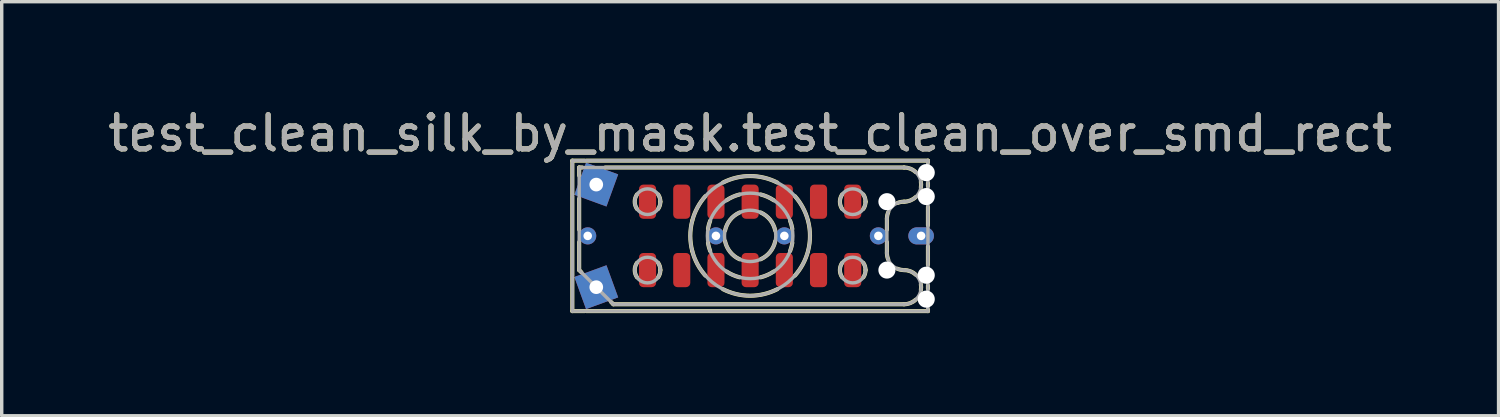
<source format=kicad_pcb>
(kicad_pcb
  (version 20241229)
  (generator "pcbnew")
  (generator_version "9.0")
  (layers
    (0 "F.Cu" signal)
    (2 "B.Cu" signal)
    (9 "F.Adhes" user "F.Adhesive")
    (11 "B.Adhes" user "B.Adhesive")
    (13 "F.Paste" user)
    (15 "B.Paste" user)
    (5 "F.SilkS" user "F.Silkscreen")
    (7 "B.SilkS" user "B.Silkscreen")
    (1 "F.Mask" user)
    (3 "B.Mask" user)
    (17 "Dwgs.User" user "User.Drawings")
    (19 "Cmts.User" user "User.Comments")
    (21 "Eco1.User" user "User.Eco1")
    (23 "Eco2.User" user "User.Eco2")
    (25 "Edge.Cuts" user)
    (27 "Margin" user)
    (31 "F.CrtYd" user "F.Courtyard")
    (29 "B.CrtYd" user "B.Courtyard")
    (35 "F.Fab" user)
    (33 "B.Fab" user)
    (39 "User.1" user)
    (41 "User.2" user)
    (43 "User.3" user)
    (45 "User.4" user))
  (footprint "test_clean_silk_by_mask.test_clean_over_smd_rect"
    (layer "F.Cu")
    (at 18.887 3.848)
    (property "Reference" "test_clean_silk_by_mask.test_clean_over_smd_rect" (at 0 -3 0) (layer "F.SilkS") (effects (font (size 1 1) (thickness 0.15))))
    (attr smd)
    (fp_line (start -5.2 -2.2) (end -5.2 -1.214) (stroke (width 0.12) (type solid)) (layer "F.SilkS"))
    (fp_line (start -5.2 -1.159) (end -5.2 1.159) (stroke (width 0.12) (type solid)) (layer "F.SilkS"))
    (fp_line (start -5.2 1.214) (end -5.2 2.2) (stroke (width 0.12) (type solid)) (layer "F.SilkS"))
    (fp_line (start -5.2 2.2) (end -4.841 2.2) (stroke (width 0.12) (type solid)) (layer "F.SilkS"))
    (fp_line (start -5 -2) (end -4.914 -2) (stroke (width 0.12) (type solid)) (layer "F.SilkS"))
    (fp_line (start -5 -1.764) (end -5 -2) (stroke (width 0.12) (type solid)) (layer "F.SilkS"))
    (fp_line (start -5 -0.183) (end -5 -1.086) (stroke (width 0.12) (type solid)) (layer "F.SilkS"))
    (fp_line (start -5 1) (end -5 0.183) (stroke (width 0.12) (type solid)) (layer "F.SilkS"))
    (fp_line (start -4.937 1.063) (end -5 1) (stroke (width 0.12) (type solid)) (layer "F.SilkS"))
    (fp_line (start -4.841 -2.2) (end -5.2 -2.2) (stroke (width 0.12) (type solid)) (layer "F.SilkS"))
    (fp_line (start -4.786 2.2) (end 5.2 2.2) (stroke (width 0.12) (type solid)) (layer "F.SilkS"))
    (fp_line (start -4.236 -2) (end 4.5 -2) (stroke (width 0.12) (type solid)) (layer "F.SilkS"))
    (fp_line (start -4 2) (end -4.063 1.937) (stroke (width 0.12) (type solid)) (layer "F.SilkS"))
    (fp_line (start 4 -0.5) (end 4 -0.183) (stroke (width 0.12) (type solid)) (layer "F.SilkS"))
    (fp_line (start 4 0.183) (end 4 0.5) (stroke (width 0.12) (type solid)) (layer "F.SilkS"))
    (fp_line (start 4.5 2) (end -4 2) (stroke (width 0.12) (type solid)) (layer "F.SilkS"))
    (fp_line (start 5.2 -2.2) (end -4.786 -2.2) (stroke (width 0.12) (type solid)) (layer "F.SilkS"))
    (fp_line (start 5.2 -2.156) (end 5.2 -2.2) (stroke (width 0.12) (type solid)) (layer "F.SilkS"))
    (fp_line (start 5.2 -1.456) (end 5.2 -1.544) (stroke (width 0.12) (type solid)) (layer "F.SilkS"))
    (fp_line (start 5.2 -0.31) (end 5.2 -0.844) (stroke (width 0.12) (type solid)) (layer "F.SilkS"))
    (fp_line (start 5.2 0.844) (end 5.2 0.31) (stroke (width 0.12) (type solid)) (layer "F.SilkS"))
    (fp_line (start 5.2 1.544) (end 5.2 1.456) (stroke (width 0.12) (type solid)) (layer "F.SilkS"))
    (fp_line (start 5.2 2.2) (end 5.2 2.156) (stroke (width 0.12) (type solid)) (layer "F.SilkS"))
    (fp_arc (start -3.31 -0.788991) (mid -3.375 -1) (end -3.31 -1.211009) (stroke (width 0.12) (type solid)) (layer "F.SilkS"))
    (fp_arc (start -3.31 1.211009) (mid -3.375 1) (end -3.31 0.788991) (stroke (width 0.12) (type solid)) (layer "F.SilkS"))
    (fp_arc (start -2.69 -1.211009) (mid -2.641618 -1.110397) (end -2.625 -1) (stroke (width 0.12) (type solid)) (layer "F.SilkS"))
    (fp_arc (start -2.69 0.788991) (mid -2.641618 0.889603) (end -2.625 1) (stroke (width 0.12) (type solid)) (layer "F.SilkS"))
    (fp_arc (start -2.625 -1) (mid -2.641618 -0.889603) (end -2.69 -0.788991) (stroke (width 0.12) (type solid)) (layer "F.SilkS"))
    (fp_arc (start -2.625 1) (mid -2.641618 1.110397) (end -2.69 1.211009) (stroke (width 0.12) (type solid)) (layer "F.SilkS"))
    (fp_arc (start -1.693783 0.44) (mid -1.75 0) (end -1.693783 -0.44) (stroke (width 0.12) (type solid)) (layer "F.SilkS"))
    (fp_arc (start -1.69 -0.454313) (mid -1.54098 -0.829385) (end -1.31 -1.160345) (stroke (width 0.12) (type solid)) (layer "F.SilkS"))
    (fp_arc (start -1.31 1.160345) (mid -1.54098 0.829385) (end -1.69 0.454313) (stroke (width 0.12) (type solid)) (layer "F.SilkS"))
    (fp_arc (start -1.2332 -0.204249) (mid -1.207368 -0.323671) (end -1.17 -0.44) (stroke (width 0.12) (type solid)) (layer "F.SilkS"))
    (fp_arc (start -1.17 0.44) (mid -1.207368 0.323671) (end -1.2332 0.204249) (stroke (width 0.12) (type solid)) (layer "F.SilkS"))
    (fp_arc (start -0.793032 -1.56) (mid 0 -1.75) (end 0.793032 -1.56) (stroke (width 0.12) (type solid)) (layer "F.SilkS"))
    (fp_arc (start -0.7332 -0.157854) (mid -0.583947 -0.470644) (end -0.31 -0.682935) (stroke (width 0.12) (type solid)) (layer "F.SilkS"))
    (fp_arc (start -0.69 -1.042305) (mid -0.50706 -1.142537) (end -0.31 -1.21095) (stroke (width 0.12) (type solid)) (layer "F.SilkS"))
    (fp_arc (start -0.31 0.682935) (mid -0.583947 0.470644) (end -0.7332 0.157854) (stroke (width 0.12) (type solid)) (layer "F.SilkS"))
    (fp_arc (start -0.31 1.21095) (mid -0.50706 1.142537) (end -0.69 1.042305) (stroke (width 0.12) (type solid)) (layer "F.SilkS"))
    (fp_arc (start 0.31 -1.21095) (mid 0.50706 -1.142537) (end 0.69 -1.042305) (stroke (width 0.12) (type solid)) (layer "F.SilkS"))
    (fp_arc (start 0.31 -0.682935) (mid 0.583947 -0.470644) (end 0.7332 -0.157854) (stroke (width 0.12) (type solid)) (layer "F.SilkS"))
    (fp_arc (start 0.69 1.042305) (mid 0.50706 1.142537) (end 0.31 1.21095) (stroke (width 0.12) (type solid)) (layer "F.SilkS"))
    (fp_arc (start 0.7332 0.157854) (mid 0.583947 0.470644) (end 0.31 0.682935) (stroke (width 0.12) (type solid)) (layer "F.SilkS"))
    (fp_arc (start 0.793032 1.56) (mid 0 1.75) (end -0.793032 1.56) (stroke (width 0.12) (type solid)) (layer "F.SilkS"))
    (fp_arc (start 1.17 -0.44) (mid 1.207368 -0.323671) (end 1.2332 -0.204249) (stroke (width 0.12) (type solid)) (layer "F.SilkS"))
    (fp_arc (start 1.2332 0.204249) (mid 1.207368 0.323671) (end 1.17 0.44) (stroke (width 0.12) (type solid)) (layer "F.SilkS"))
    (fp_arc (start 1.31 -1.160345) (mid 1.54098 -0.829385) (end 1.69 -0.454313) (stroke (width 0.12) (type solid)) (layer "F.SilkS"))
    (fp_arc (start 1.69 0.454313) (mid 1.54098 0.829385) (end 1.31 1.160345) (stroke (width 0.12) (type solid)) (layer "F.SilkS"))
    (fp_arc (start 1.693783 -0.44) (mid 1.735889 -0.221788) (end 1.75 0) (stroke (width 0.12) (type solid)) (layer "F.SilkS"))
    (fp_arc (start 1.75 0) (mid 1.735889 0.221788) (end 1.693783 0.44) (stroke (width 0.12) (type solid)) (layer "F.SilkS"))
    (fp_arc (start 2.69 -0.788991) (mid 2.625 -1) (end 2.69 -1.211009) (stroke (width 0.12) (type solid)) (layer "F.SilkS"))
    (fp_arc (start 2.69 1.211009) (mid 2.625 1) (end 2.69 0.788991) (stroke (width 0.12) (type solid)) (layer "F.SilkS"))
    (fp_arc (start 3.31 -1.211009) (mid 3.358382 -1.110397) (end 3.375 -1) (stroke (width 0.12) (type solid)) (layer "F.SilkS"))
    (fp_arc (start 3.31 0.788991) (mid 3.358382 0.889603) (end 3.375 1) (stroke (width 0.12) (type solid)) (layer "F.SilkS"))
    (fp_arc (start 3.375 -1) (mid 3.358382 -0.889603) (end 3.31 -0.788991) (stroke (width 0.12) (type solid)) (layer "F.SilkS"))
    (fp_arc (start 3.375 1) (mid 3.358382 1.110397) (end 3.31 1.211009) (stroke (width 0.12) (type solid)) (layer "F.SilkS"))
    (fp_arc (start 4 -0.5) (mid 4.009719 -0.598107) (end 4.0385 -0.6924) (stroke (width 0.12) (type solid)) (layer "F.SilkS"))
    (fp_arc (start 4.0385 0.6924) (mid 4.009719 0.598107) (end 4 0.5) (stroke (width 0.12) (type solid)) (layer "F.SilkS"))
    (fp_arc (start 4.3076 -0.9615) (mid 4.401893 -0.990281) (end 4.5 -1) (stroke (width 0.12) (type solid)) (layer "F.SilkS"))
    (fp_arc (start 4.5 -2) (mid 4.682885 -1.965353) (end 4.840424 -1.866212) (stroke (width 0.12) (type solid)) (layer "F.SilkS"))
    (fp_arc (start 4.5 1) (mid 4.401893 0.990281) (end 4.3076 0.9615) (stroke (width 0.12) (type solid)) (layer "F.SilkS"))
    (fp_arc (start 4.5 1) (mid 4.682885 1.034647) (end 4.840424 1.133788) (stroke (width 0.12) (type solid)) (layer "F.SilkS"))
    (fp_arc (start 4.840424 -1.133788) (mid 4.682885 -1.034647) (end 4.5 -1) (stroke (width 0.12) (type solid)) (layer "F.SilkS"))
    (fp_arc (start 4.840424 1.866212) (mid 4.682885 1.965353) (end 4.5 2) (stroke (width 0.12) (type solid)) (layer "F.SilkS"))
    (fp_arc (start 4.993126 -1.582623) (mid 5 -1.5) (end 4.993126 -1.417377) (stroke (width 0.12) (type solid)) (layer "F.SilkS"))
    (fp_arc (start 4.993126 1.417377) (mid 5 1.5) (end 4.993126 1.582623) (stroke (width 0.12) (type solid)) (layer "F.SilkS"))
    (fp_line (start -5.2 -2.2) (end -5.2 2.2) (stroke (width 0.1) (type solid)) (layer "F.Fab"))
    (fp_line (start -5.2 2.2) (end 5.2 2.2) (stroke (width 0.1) (type solid)) (layer "F.Fab"))
    (fp_line (start -5 -2) (end 4.5 -2) (stroke (width 0.1) (type solid)) (layer "F.Fab"))
    (fp_line (start -5 1) (end -5 -2) (stroke (width 0.1) (type solid)) (layer "F.Fab"))
    (fp_line (start -4 2) (end -5 1) (stroke (width 0.1) (type solid)) (layer "F.Fab"))
    (fp_line (start 4 -0.5) (end 4 0.5) (stroke (width 0.1) (type solid)) (layer "F.Fab"))
    (fp_line (start 4.5 2) (end -4 2) (stroke (width 0.1) (type solid)) (layer "F.Fab"))
    (fp_line (start 5.2 -2.2) (end -5.2 -2.2) (stroke (width 0.1) (type solid)) (layer "F.Fab"))
    (fp_line (start 5.2 2.2) (end 5.2 -2.2) (stroke (width 0.1) (type solid)) (layer "F.Fab"))
    (fp_arc (start 4 -0.5) (mid 4.146447 -0.853553) (end 4.5 -1) (stroke (width 0.1) (type solid)) (layer "F.Fab"))
    (fp_arc (start 4.5 -2) (mid 5 -1.5) (end 4.5 -1) (stroke (width 0.1) (type solid)) (layer "F.Fab"))
    (fp_arc (start 4.5 1) (mid 4.146447 0.853553) (end 4 0.5) (stroke (width 0.1) (type solid)) (layer "F.Fab"))
    (fp_arc (start 4.5 1) (mid 5 1.5) (end 4.5 2) (stroke (width 0.1) (type solid)) (layer "F.Fab"))
    (fp_circle (center -3 -1) (end -2.625 -1) (stroke (width 0.1) (type solid)) (fill no) (layer "F.Fab"))
    (fp_circle (center -3 1) (end -2.625 1) (stroke (width 0.1) (type solid)) (fill no) (layer "F.Fab"))
    (fp_circle (center 0 0) (end 0.75 0) (stroke (width 0.1) (type solid)) (fill no) (layer "F.Fab"))
    (fp_circle (center 0 0) (end 1.25 0) (stroke (width 0.1) (type solid)) (fill no) (layer "F.Fab"))
    (fp_circle (center 0 0) (end 1.75 0) (stroke (width 0.1) (type solid)) (fill no) (layer "F.Fab"))
    (fp_circle (center 3 -1) (end 3.375 -1) (stroke (width 0.1) (type solid)) (fill no) (layer "F.Fab"))
    (fp_circle (center 3 1) (end 3.375 1) (stroke (width 0.1) (type solid)) (fill no) (layer "F.Fab"))
    (fp_text user "${REFERENCE}" (at 0 -3 0) (layer "F.Fab") (effects (font (size 1 1) (thickness 0.15))))
    (pad "" thru_hole circle (at -4.75 0) (size 0.5 0.5) (drill 0.25) (layers "*.Cu" "*.Mask"))
    (pad "" thru_hole rect (at -4.5 -1.5 340) (size 1 1) (drill 0.4) (layers "*.Cu" "*.Mask"))
    (pad "" thru_hole rect (at -4.5 1.5 20) (size 1 1) (drill 0.4) (layers "*.Cu" "*.Mask"))
    (pad "" smd roundrect (at -3 -1) (size 0.5 1) (layers "F.Cu" "F.Mask" "F.Paste") (roundrect_rratio 0.25))
    (pad "" smd roundrect (at -3 1) (size 0.5 1) (layers "F.Cu" "F.Mask" "F.Paste") (roundrect_rratio 0.25))
    (pad "" smd roundrect (at -2 -1) (size 0.5 1) (layers "F.Cu" "F.Mask" "F.Paste") (roundrect_rratio 0.25))
    (pad "" smd roundrect (at -2 1) (size 0.5 1) (layers "F.Cu" "F.Mask" "F.Paste") (roundrect_rratio 0.25))
    (pad "" smd roundrect (at -1 -1) (size 0.5 1) (layers "F.Cu" "F.Mask" "F.Paste") (roundrect_rratio 0.25))
    (pad "" thru_hole circle (at -1 0) (size 0.5 0.5) (drill 0.25) (layers "*.Cu" "*.Mask"))
    (pad "" smd roundrect (at -1 1) (size 0.5 1) (layers "F.Cu" "F.Mask" "F.Paste") (roundrect_rratio 0.25))
    (pad "" smd roundrect (at 0 -1) (size 0.5 1) (layers "F.Cu" "F.Mask" "F.Paste") (roundrect_rratio 0.25))
    (pad "" smd roundrect (at 0 1) (size 0.5 1) (layers "F.Cu" "F.Mask" "F.Paste") (roundrect_rratio 0.25))
    (pad "" smd roundrect (at 1 -1) (size 0.5 1) (layers "F.Cu" "F.Mask" "F.Paste") (roundrect_rratio 0.25))
    (pad "" thru_hole circle (at 1 0) (size 0.5 0.5) (drill 0.25) (layers "*.Cu" "*.Mask"))
    (pad "" smd roundrect (at 1 1) (size 0.5 1) (layers "F.Cu" "F.Mask" "F.Paste") (roundrect_rratio 0.25))
    (pad "" smd roundrect (at 2 -1) (size 0.5 1) (layers "F.Cu" "F.Mask" "F.Paste") (roundrect_rratio 0.25))
    (pad "" smd roundrect (at 2 1) (size 0.5 1) (layers "F.Cu" "F.Mask" "F.Paste") (roundrect_rratio 0.25))
    (pad "" smd roundrect (at 3 -1) (size 0.5 1) (layers "F.Cu" "F.Mask" "F.Paste") (roundrect_rratio 0.25))
    (pad "" smd roundrect (at 3 1) (size 0.5 1) (layers "F.Cu" "F.Mask" "F.Paste") (roundrect_rratio 0.25))
    (pad "" thru_hole circle (at 3.75 0) (size 0.5 0.5) (drill 0.25) (layers "*.Cu" "*.Mask"))
    (pad "" np_thru_hole circle (at 4 -1) (size 0.5 0.5) (drill 0.5) (layers "*.Cu" "*.Mask"))
    (pad "" np_thru_hole circle (at 4 1) (size 0.5 0.5) (drill 0.5) (layers "*.Cu" "*.Mask"))
    (pad "" thru_hole oval (at 5 0 90) (size 0.5 0.75) (drill 0.25) (layers "*.Cu" "*.Mask"))
    (pad "" np_thru_hole circle (at 5.15 -1.85) (size 0.5 0.5) (drill 0.5) (layers "*.Cu" "*.Mask"))
    (pad "" np_thru_hole circle (at 5.15 -1.15) (size 0.5 0.5) (drill 0.5) (layers "*.Cu" "*.Mask"))
    (pad "" np_thru_hole circle (at 5.15 1.15) (size 0.5 0.5) (drill 0.5) (layers "*.Cu" "*.Mask"))
    (pad "" np_thru_hole circle (at 5.15 1.85) (size 0.5 0.5) (drill 0.5) (layers "*.Cu" "*.Mask")))
  (gr_rect
    (start -3 -3)
    (end 40.774 9.108)
    (stroke (width 0.1) (type default))
    (fill no)
    (layer "Edge.Cuts")))
</source>
